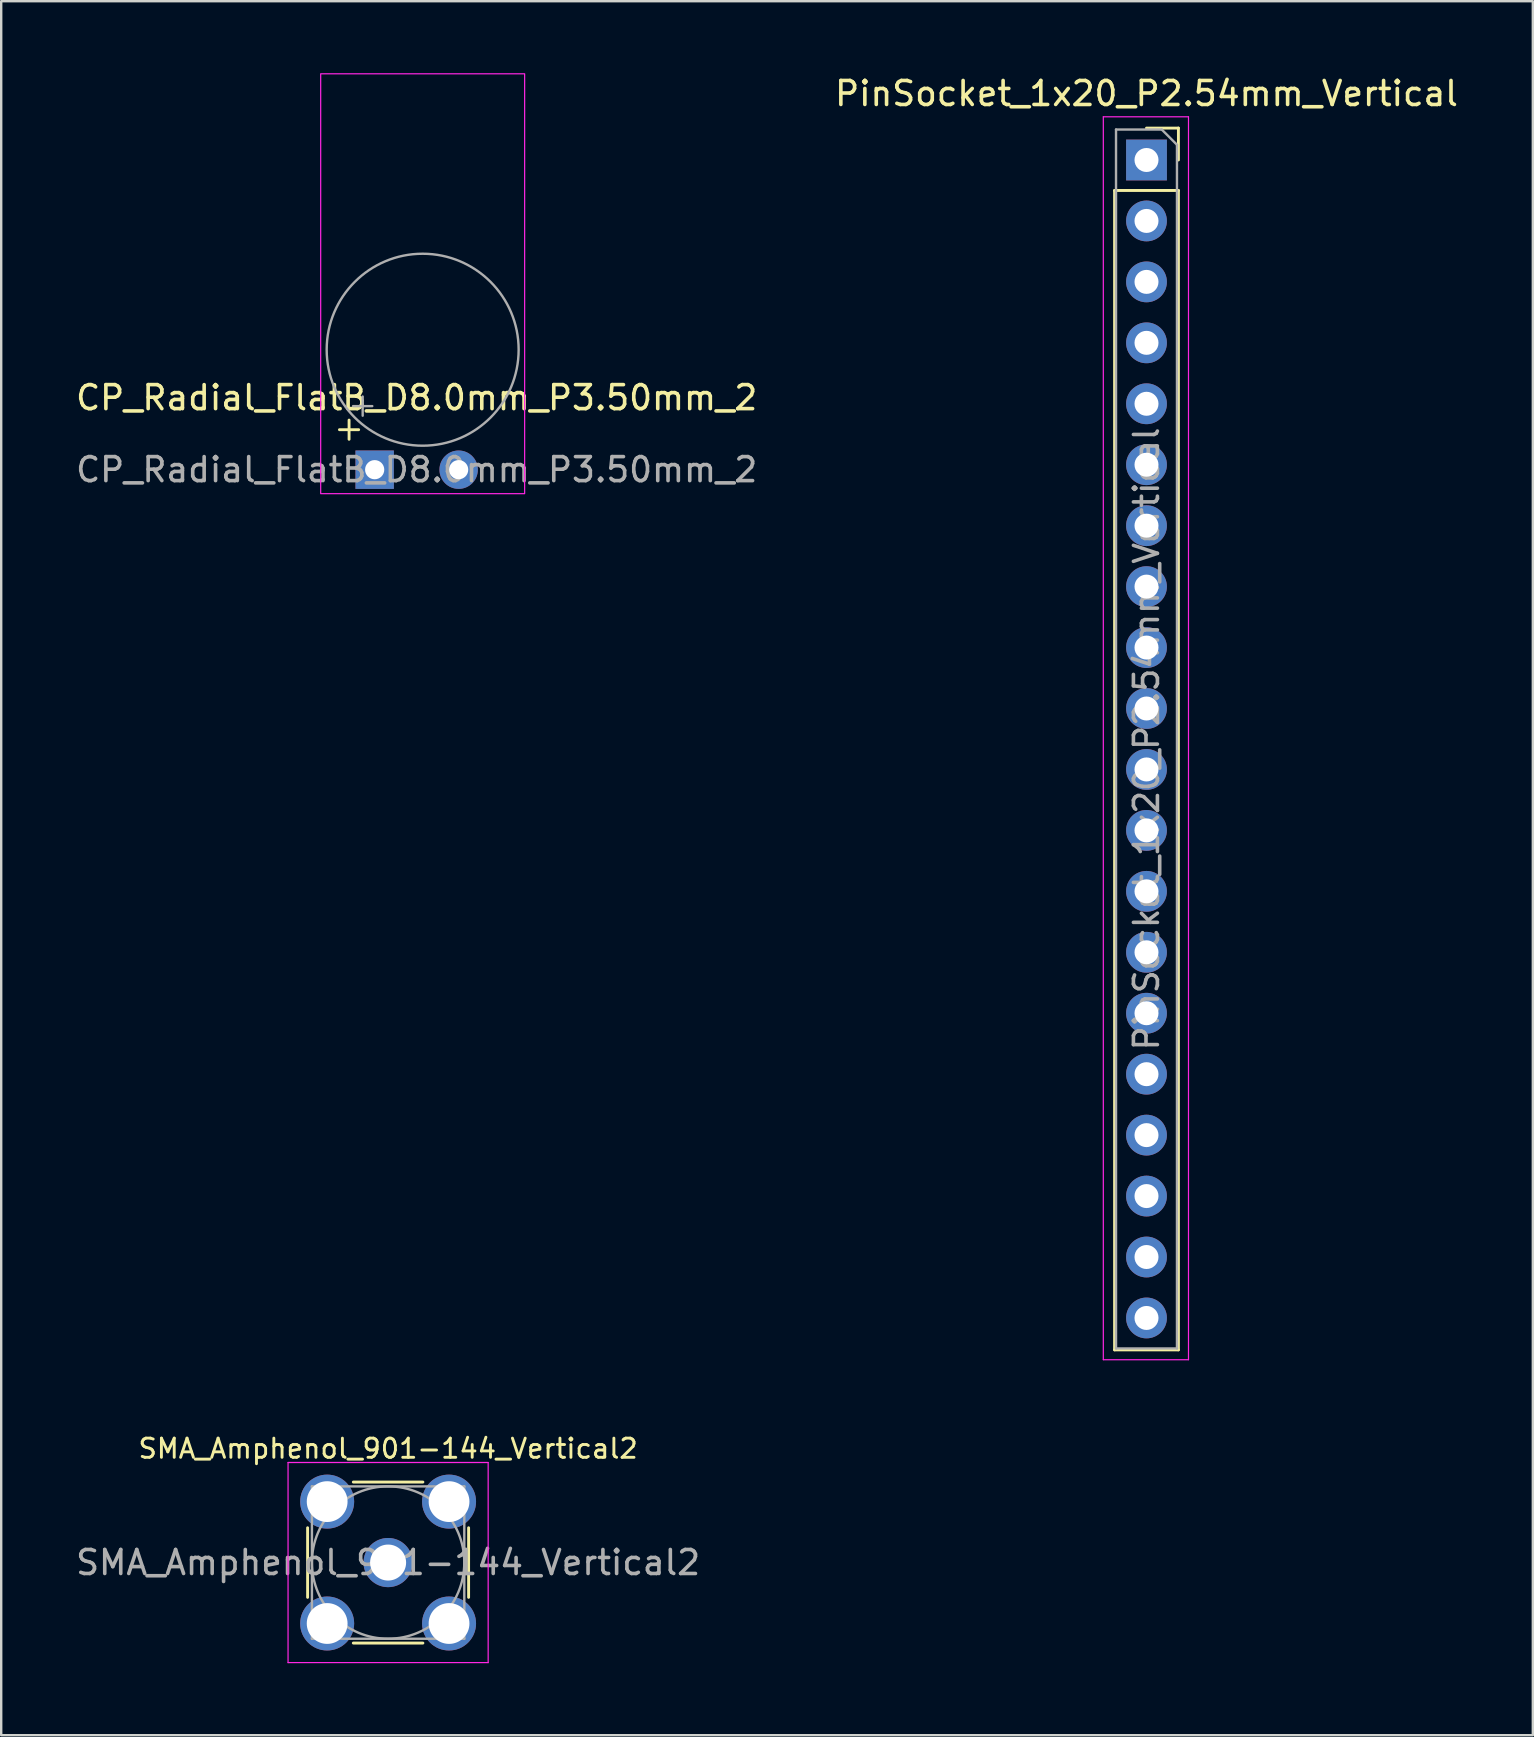
<source format=kicad_pcb>
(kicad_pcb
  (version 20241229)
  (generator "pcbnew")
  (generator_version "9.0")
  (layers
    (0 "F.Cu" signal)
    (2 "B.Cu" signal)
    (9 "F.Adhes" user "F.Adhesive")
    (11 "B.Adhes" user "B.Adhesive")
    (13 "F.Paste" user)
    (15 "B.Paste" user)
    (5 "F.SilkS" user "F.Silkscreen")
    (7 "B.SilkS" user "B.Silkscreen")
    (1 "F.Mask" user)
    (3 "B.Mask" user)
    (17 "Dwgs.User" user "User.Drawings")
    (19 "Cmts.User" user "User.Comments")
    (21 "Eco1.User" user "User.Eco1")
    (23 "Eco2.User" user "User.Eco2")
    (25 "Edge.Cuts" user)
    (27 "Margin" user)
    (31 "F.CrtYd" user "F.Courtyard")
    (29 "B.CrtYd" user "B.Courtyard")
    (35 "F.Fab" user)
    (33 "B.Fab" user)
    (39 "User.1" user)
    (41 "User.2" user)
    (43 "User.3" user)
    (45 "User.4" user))
  (footprint "PinSocket_1x20_P2.54mm_Vertical"
    (layer "F.Cu")
    (at 44.732 3.618)
    (property "Reference" "PinSocket_1x20_P2.54mm_Vertical" (at 0 -2.77 0) (layer "F.SilkS") (effects (font (size 1 1) (thickness 0.15))))
    (attr through_hole)
    (fp_line (start -1.33 1.27) (end -1.33 49.59) (stroke (width 0.12) (type solid)) (layer "F.SilkS"))
    (fp_line (start -1.33 1.27) (end 1.33 1.27) (stroke (width 0.12) (type solid)) (layer "F.SilkS"))
    (fp_line (start -1.33 49.59) (end 1.33 49.59) (stroke (width 0.12) (type solid)) (layer "F.SilkS"))
    (fp_line (start 0 -1.33) (end 1.33 -1.33) (stroke (width 0.12) (type solid)) (layer "F.SilkS"))
    (fp_line (start 1.33 -1.33) (end 1.33 0) (stroke (width 0.12) (type solid)) (layer "F.SilkS"))
    (fp_line (start 1.33 1.27) (end 1.33 49.59) (stroke (width 0.12) (type solid)) (layer "F.SilkS"))
    (fp_line (start -1.8 -1.8) (end 1.75 -1.8) (stroke (width 0.05) (type solid)) (layer "F.CrtYd"))
    (fp_line (start -1.8 50) (end -1.8 -1.8) (stroke (width 0.05) (type solid)) (layer "F.CrtYd"))
    (fp_line (start 1.75 -1.8) (end 1.75 50) (stroke (width 0.05) (type solid)) (layer "F.CrtYd"))
    (fp_line (start 1.75 50) (end -1.8 50) (stroke (width 0.05) (type solid)) (layer "F.CrtYd"))
    (fp_line (start -1.27 -1.27) (end 0.635 -1.27) (stroke (width 0.1) (type solid)) (layer "F.Fab"))
    (fp_line (start -1.27 49.53) (end -1.27 -1.27) (stroke (width 0.1) (type solid)) (layer "F.Fab"))
    (fp_line (start 0.635 -1.27) (end 1.27 -0.635) (stroke (width 0.1) (type solid)) (layer "F.Fab"))
    (fp_line (start 1.27 -0.635) (end 1.27 49.53) (stroke (width 0.1) (type solid)) (layer "F.Fab"))
    (fp_line (start 1.27 49.53) (end -1.27 49.53) (stroke (width 0.1) (type solid)) (layer "F.Fab"))
    (fp_text user "${REFERENCE}" (at 0 24.13 90) (layer "F.Fab") (effects (font (size 1 1) (thickness 0.15))))
    (pad "1" thru_hole rect (at 0 0) (size 1.7 1.7) (drill 1) (layers "*.Cu" "*.Mask"))
    (pad "2" thru_hole oval (at 0 2.54) (size 1.7 1.7) (drill 1) (layers "*.Cu" "*.Mask"))
    (pad "3" thru_hole oval (at 0 5.08) (size 1.7 1.7) (drill 1) (layers "*.Cu" "*.Mask"))
    (pad "4" thru_hole oval (at 0 7.62) (size 1.7 1.7) (drill 1) (layers "*.Cu" "*.Mask"))
    (pad "5" thru_hole oval (at 0 10.16) (size 1.7 1.7) (drill 1) (layers "*.Cu" "*.Mask"))
    (pad "6" thru_hole oval (at 0 12.7) (size 1.7 1.7) (drill 1) (layers "*.Cu" "*.Mask"))
    (pad "7" thru_hole oval (at 0 15.24) (size 1.7 1.7) (drill 1) (layers "*.Cu" "*.Mask"))
    (pad "8" thru_hole oval (at 0 17.78) (size 1.7 1.7) (drill 1) (layers "*.Cu" "*.Mask"))
    (pad "9" thru_hole oval (at 0 20.32) (size 1.7 1.7) (drill 1) (layers "*.Cu" "*.Mask"))
    (pad "10" thru_hole oval (at 0 22.86) (size 1.7 1.7) (drill 1) (layers "*.Cu" "*.Mask"))
    (pad "11" thru_hole oval (at 0 25.4) (size 1.7 1.7) (drill 1) (layers "*.Cu" "*.Mask"))
    (pad "12" thru_hole oval (at 0 27.94) (size 1.7 1.7) (drill 1) (layers "*.Cu" "*.Mask"))
    (pad "13" thru_hole oval (at 0 30.48) (size 1.7 1.7) (drill 1) (layers "*.Cu" "*.Mask"))
    (pad "14" thru_hole oval (at 0 33.02) (size 1.7 1.7) (drill 1) (layers "*.Cu" "*.Mask"))
    (pad "15" thru_hole oval (at 0 35.56) (size 1.7 1.7) (drill 1) (layers "*.Cu" "*.Mask"))
    (pad "16" thru_hole oval (at 0 38.1) (size 1.7 1.7) (drill 1) (layers "*.Cu" "*.Mask"))
    (pad "17" thru_hole oval (at 0 40.64) (size 1.7 1.7) (drill 1) (layers "*.Cu" "*.Mask"))
    (pad "18" thru_hole oval (at 0 43.18) (size 1.7 1.7) (drill 1) (layers "*.Cu" "*.Mask"))
    (pad "19" thru_hole oval (at 0 45.72) (size 1.7 1.7) (drill 1) (layers "*.Cu" "*.Mask"))
    (pad "20" thru_hole oval (at 0 48.26) (size 1.7 1.7) (drill 1) (layers "*.Cu" "*.Mask")))
  (footprint "SMA_Amphenol_901-144_Vertical2"
    (layer "F.Cu")
    (at 13.125 62.072)
    (property "Reference" "SMA_Amphenol_901-144_Vertical2" (at 0 -4.75 0) (layer "F.SilkS") (effects (font (size 0.8 0.8) (thickness 0.12))))
    (attr through_hole)
    (fp_line (start -3.355 -1.45) (end -3.355 1.45) (stroke (width 0.12) (type solid)) (layer "F.SilkS"))
    (fp_line (start -1.45 -3.355) (end 1.45 -3.355) (stroke (width 0.12) (type solid)) (layer "F.SilkS"))
    (fp_line (start -1.45 3.355) (end 1.45 3.355) (stroke (width 0.12) (type solid)) (layer "F.SilkS"))
    (fp_line (start 3.355 -1.45) (end 3.355 1.45) (stroke (width 0.12) (type solid)) (layer "F.SilkS"))
    (fp_line (start -4.17 -4.17) (end -4.17 4.17) (stroke (width 0.05) (type solid)) (layer "F.CrtYd"))
    (fp_line (start -4.17 -4.17) (end 4.17 -4.17) (stroke (width 0.05) (type solid)) (layer "F.CrtYd"))
    (fp_line (start 4.17 4.17) (end -4.17 4.17) (stroke (width 0.05) (type solid)) (layer "F.CrtYd"))
    (fp_line (start 4.17 4.17) (end 4.17 -4.17) (stroke (width 0.05) (type solid)) (layer "F.CrtYd"))
    (fp_line (start -3.175 -3.175) (end -3.175 3.175) (stroke (width 0.1) (type solid)) (layer "F.Fab"))
    (fp_line (start -3.175 -3.175) (end 3.175 -3.175) (stroke (width 0.1) (type solid)) (layer "F.Fab"))
    (fp_line (start -3.175 3.175) (end 3.175 3.175) (stroke (width 0.1) (type solid)) (layer "F.Fab"))
    (fp_line (start 3.175 -3.175) (end 3.175 3.175) (stroke (width 0.1) (type solid)) (layer "F.Fab"))
    (fp_circle (center 0 0) (end 3.175 0) (stroke (width 0.1) (type solid)) (fill no) (layer "F.Fab"))
    (fp_text user "${REFERENCE}" (at 0 0 0) (layer "F.Fab") (effects (font (size 1 1) (thickness 0.15))))
    (pad "1" thru_hole circle (at 0 0) (size 2.05 2.05) (drill 1.5) (layers "*.Cu" "*.Mask"))
    (pad "2" thru_hole circle (at -2.54 -2.54) (size 2.25 2.25) (drill 1.7) (layers "*.Cu" "*.Mask"))
    (pad "2" thru_hole circle (at -2.54 2.54) (size 2.25 2.25) (drill 1.7) (layers "*.Cu" "*.Mask"))
    (pad "2" thru_hole circle (at 2.54 -2.54) (size 2.25 2.25) (drill 1.7) (layers "*.Cu" "*.Mask"))
    (pad "2" thru_hole circle (at 2.54 2.54) (size 2.25 2.25) (drill 1.7) (layers "*.Cu" "*.Mask")))
  (footprint "CP_Radial_FlatB_D8.0mm_P3.50mm_2"
    (layer "F.Cu")
    (at 12.565 16.525)
    (property "Reference" "CP_Radial_FlatB_D8.0mm_P3.50mm_2" (at 1.75 -3 0) (layer "F.SilkS") (effects (font (size 1 1) (thickness 0.15))))
    (attr through_hole)
    (fp_line (start -1.468 -1.667) (end -0.667 -1.667) (stroke (width 0.12) (type solid)) (layer "F.SilkS"))
    (fp_line (start -1.067 -1.267) (end -1.067 -2.067) (stroke (width 0.12) (type solid)) (layer "F.SilkS"))
    (fp_rect (start -2.25 -16.5) (end 6.25 1) (stroke (width 0.05) (type default)) (fill no) (layer "F.CrtYd"))
    (fp_line (start -0.9 -2.65) (end -0.1 -2.65) (stroke (width 0.1) (type solid)) (layer "F.Fab"))
    (fp_line (start -0.5 -2.25) (end -0.5 -3.05) (stroke (width 0.1) (type solid)) (layer "F.Fab"))
    (fp_circle (center 2 -5) (end 6 -5) (stroke (width 0.1) (type solid)) (fill no) (layer "F.Fab"))
    (fp_text user "${REFERENCE}" (at 1.75 0 0) (layer "F.Fab") (effects (font (size 1 1) (thickness 0.15))))
    (pad "1" thru_hole rect (at 0 0) (size 1.6 1.6) (drill 0.8) (layers "*.Cu" "*.Mask"))
    (pad "2" thru_hole circle (at 3.5 0) (size 1.6 1.6) (drill 0.8) (layers "*.Cu" "*.Mask")))
  (gr_rect
    (start -3 -3)
    (end 60.833 69.267)
    (stroke (width 0.1) (type default))
    (fill no)
    (layer "Edge.Cuts")))
</source>
